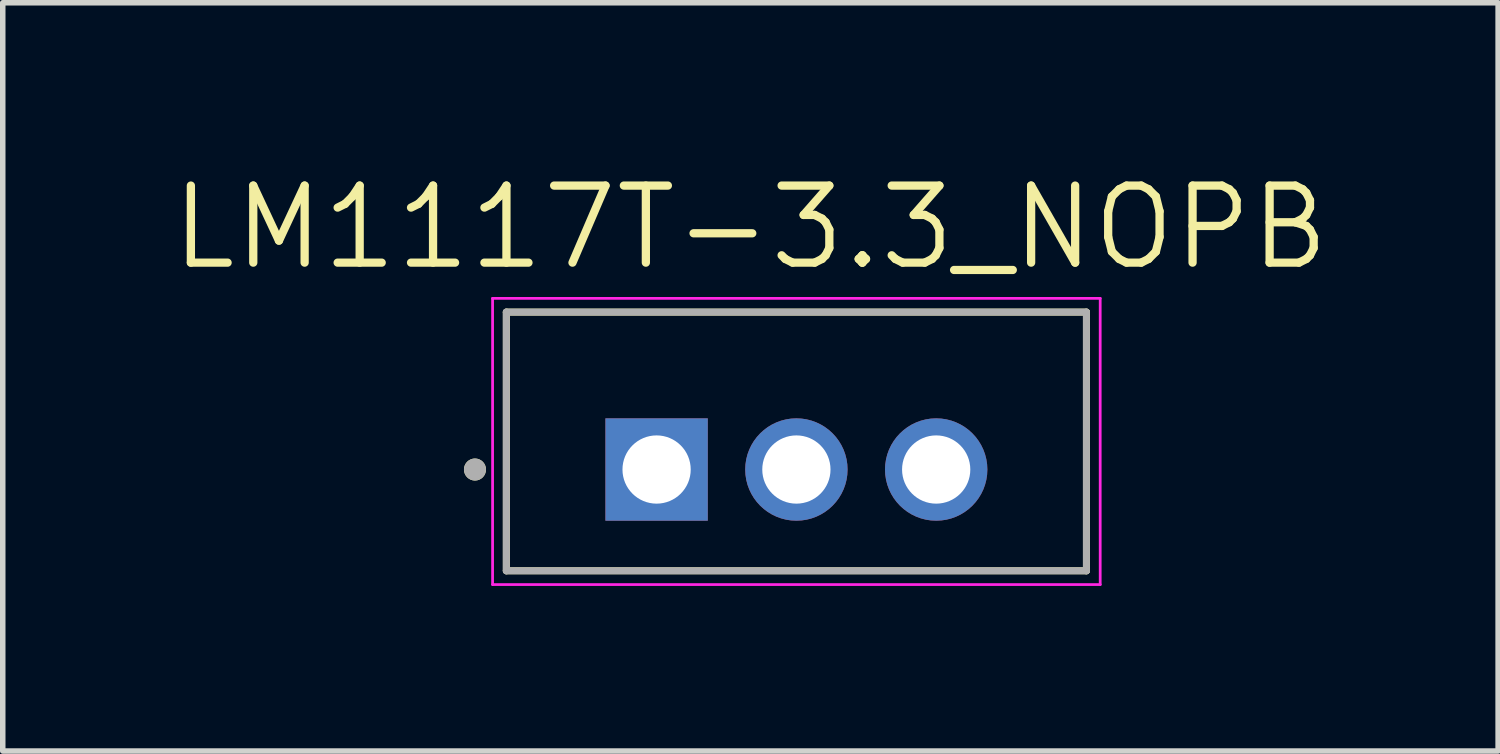
<source format=kicad_pcb>
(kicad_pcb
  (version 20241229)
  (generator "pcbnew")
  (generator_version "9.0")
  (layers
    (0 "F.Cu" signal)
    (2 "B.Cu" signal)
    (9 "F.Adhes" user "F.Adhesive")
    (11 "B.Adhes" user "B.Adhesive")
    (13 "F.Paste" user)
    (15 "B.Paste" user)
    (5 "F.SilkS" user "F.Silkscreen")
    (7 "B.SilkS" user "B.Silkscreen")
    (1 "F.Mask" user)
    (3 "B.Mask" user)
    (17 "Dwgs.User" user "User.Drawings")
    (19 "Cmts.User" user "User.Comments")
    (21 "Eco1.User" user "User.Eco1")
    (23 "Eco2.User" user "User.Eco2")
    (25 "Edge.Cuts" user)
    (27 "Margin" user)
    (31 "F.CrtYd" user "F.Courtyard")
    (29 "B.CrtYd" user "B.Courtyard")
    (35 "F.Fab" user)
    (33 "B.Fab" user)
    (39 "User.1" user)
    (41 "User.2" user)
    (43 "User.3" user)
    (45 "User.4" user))
  (footprint "LM1117T-3.3_NOPB"
    (layer "F.Cu")
    (at 11.42 5.481)
    (property "Reference" "LM1117T-3.3_NOPB" (at -0.835 -4.399 0) (layer "F.SilkS") (effects (font (size 1.4 1.4) (thickness 0.15))))
    (attr through_hole)
    (fp_line (start -5.27 -2.86) (end -5.27 1.84) (stroke (width 0.127) (type solid)) (layer "F.SilkS"))
    (fp_line (start -5.27 1.84) (end 5.27 1.84) (stroke (width 0.127) (type solid)) (layer "F.SilkS"))
    (fp_line (start 5.27 -2.86) (end -5.27 -2.86) (stroke (width 0.127) (type solid)) (layer "F.SilkS"))
    (fp_line (start 5.27 1.84) (end 5.27 -2.86) (stroke (width 0.127) (type solid)) (layer "F.SilkS"))
    (fp_circle (center -5.84 0) (end -5.74 0) (stroke (width 0.2) (type solid)) (fill no) (layer "F.SilkS"))
    (fp_line (start -5.52 -3.11) (end -5.52 2.09) (stroke (width 0.05) (type solid)) (layer "F.CrtYd"))
    (fp_line (start -5.52 2.09) (end 5.52 2.09) (stroke (width 0.05) (type solid)) (layer "F.CrtYd"))
    (fp_line (start 5.52 -3.11) (end -5.52 -3.11) (stroke (width 0.05) (type solid)) (layer "F.CrtYd"))
    (fp_line (start 5.52 2.09) (end 5.52 -3.11) (stroke (width 0.05) (type solid)) (layer "F.CrtYd"))
    (fp_line (start -5.27 -2.86) (end -5.27 1.84) (stroke (width 0.127) (type solid)) (layer "F.Fab"))
    (fp_line (start -5.27 1.84) (end 5.27 1.84) (stroke (width 0.127) (type solid)) (layer "F.Fab"))
    (fp_line (start 5.27 -2.86) (end -5.27 -2.86) (stroke (width 0.127) (type solid)) (layer "F.Fab"))
    (fp_line (start 5.27 1.84) (end 5.27 -2.86) (stroke (width 0.127) (type solid)) (layer "F.Fab"))
    (fp_circle (center -5.84 0) (end -5.74 0) (stroke (width 0.2) (type solid)) (fill no) (layer "F.Fab"))
    (pad "1" thru_hole rect (at -2.54 0) (size 1.86 1.86) (drill 1.24) (layers "*.Cu" "*.Mask"))
    (pad "2" thru_hole circle (at 0 0) (size 1.86 1.86) (drill 1.24) (layers "*.Cu" "*.Mask"))
    (pad "3" thru_hole circle (at 2.54 0) (size 1.86 1.86) (drill 1.24) (layers "*.Cu" "*.Mask")))
  (gr_rect
    (start -3 -3)
    (end 24.17 10.596)
    (stroke (width 0.1) (type default))
    (fill no)
    (layer "Edge.Cuts")))
</source>
